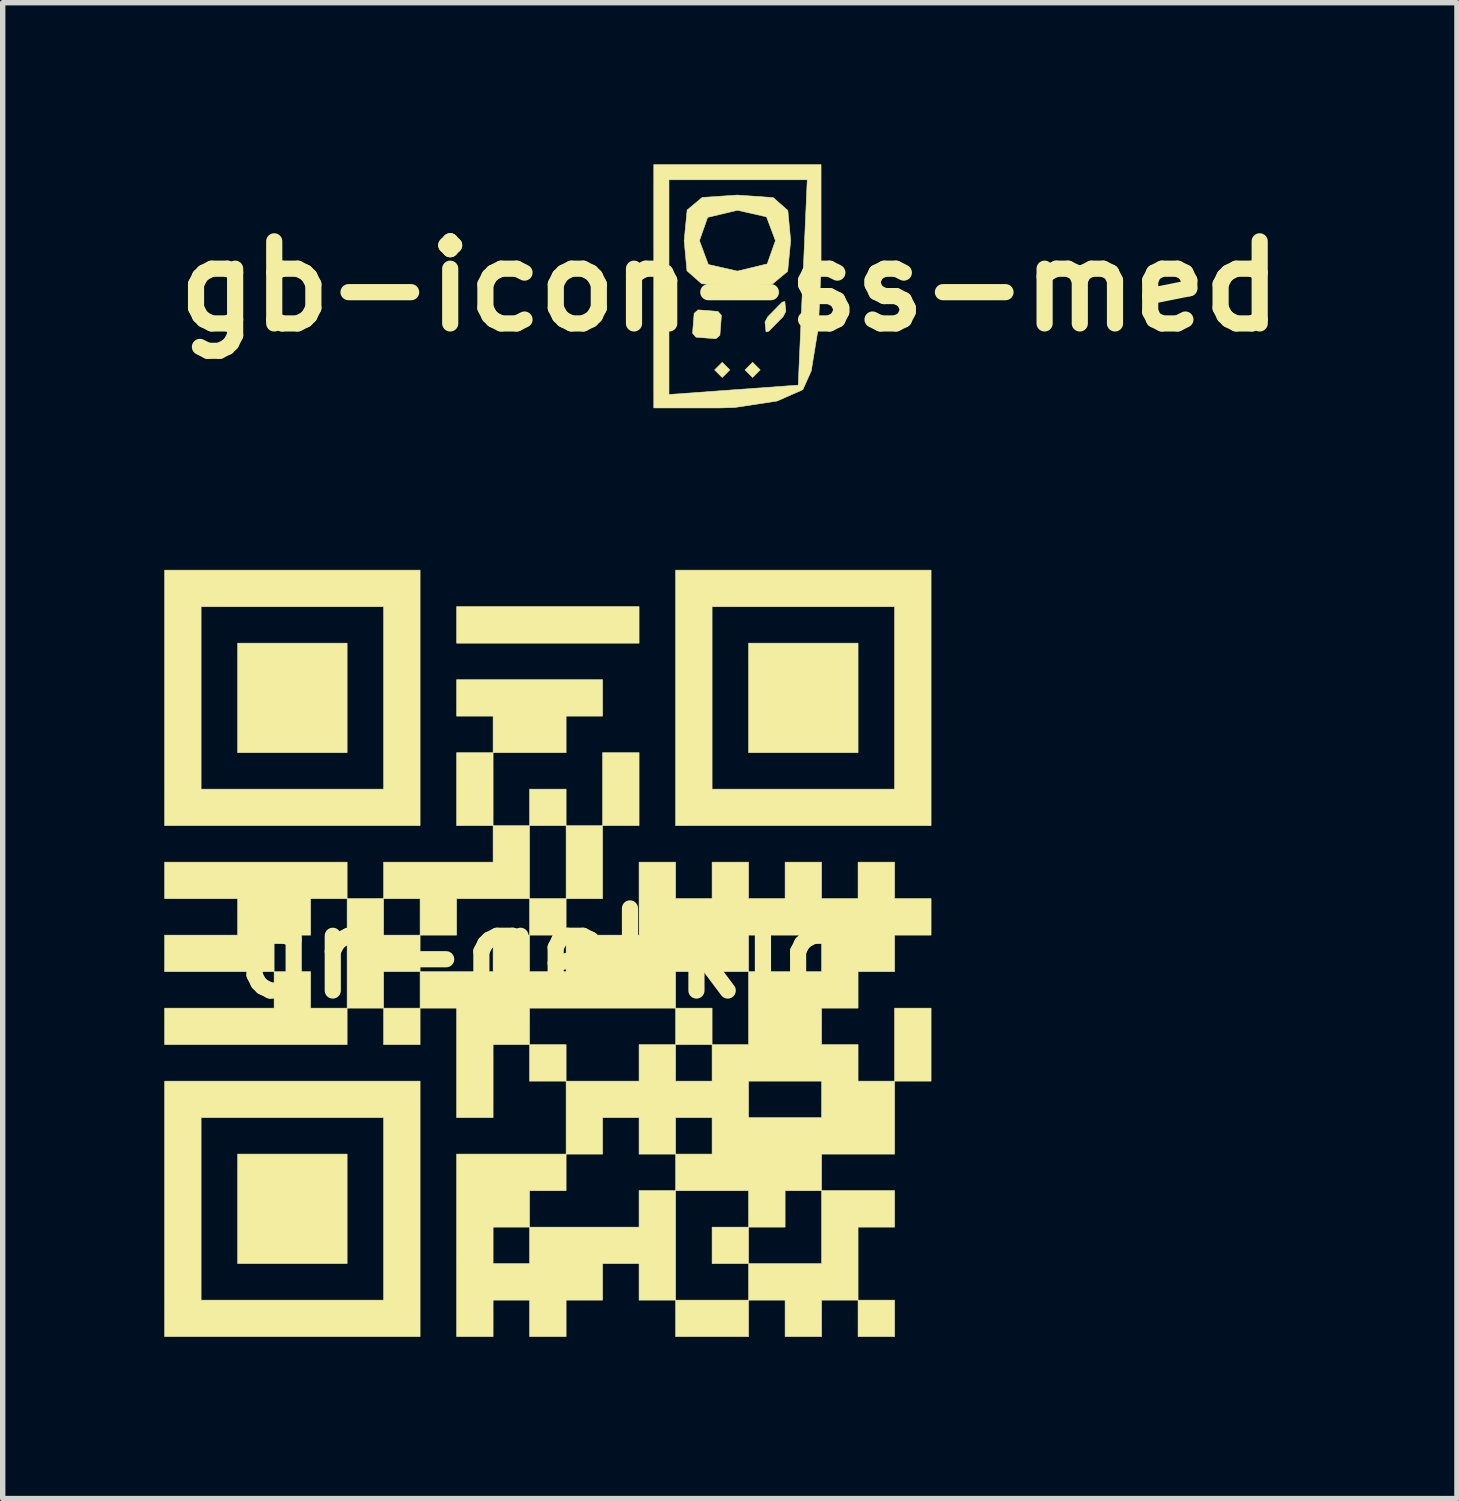
<source format=kicad_pcb>
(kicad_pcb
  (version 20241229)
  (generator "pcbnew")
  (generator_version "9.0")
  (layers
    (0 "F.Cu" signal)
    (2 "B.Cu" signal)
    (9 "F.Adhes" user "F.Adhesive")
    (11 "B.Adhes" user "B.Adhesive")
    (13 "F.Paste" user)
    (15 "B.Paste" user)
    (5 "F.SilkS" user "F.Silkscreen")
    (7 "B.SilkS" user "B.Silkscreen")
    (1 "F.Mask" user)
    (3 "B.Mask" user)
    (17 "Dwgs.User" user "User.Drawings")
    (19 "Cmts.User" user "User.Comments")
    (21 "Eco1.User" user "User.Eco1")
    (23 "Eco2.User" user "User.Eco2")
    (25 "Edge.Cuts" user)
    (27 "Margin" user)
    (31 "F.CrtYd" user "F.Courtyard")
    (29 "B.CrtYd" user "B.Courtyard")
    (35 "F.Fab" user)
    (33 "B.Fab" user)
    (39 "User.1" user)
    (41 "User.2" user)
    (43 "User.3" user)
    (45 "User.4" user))
  (footprint "gb-icon-ss-med"
    (layer "F.Cu")
    (at 10.494 2.263)
    (property "Reference" "gb-icon-ss-med" (at 0 0 0) (layer "F.SilkS") (effects (font (size 1.524 1.524) (thickness 0.3))))
    (attr through_hole)
    (fp_poly (pts (xy 0 1.552) (xy -0.141 1.693) (xy -0.282 1.552) (xy -0.141 1.411) (xy 0 1.552)) (stroke (width 0.01) (type solid)) (fill yes) (layer "F.SilkS"))
    (fp_poly (pts (xy 0.564 1.552) (xy 0.423 1.693) (xy 0.282 1.552) (xy 0.423 1.411) (xy 0.564 1.552)) (stroke (width 0.01) (type solid)) (fill yes) (layer "F.SilkS"))
    (fp_poly (pts (xy -0.22 0.466) (xy -0.156 0.54) (xy -0.184 0.909) (xy -0.258 0.973) (xy -0.627 0.945) (xy -0.691 0.871) (xy -0.662 0.502) (xy -0.589 0.438) (xy -0.22 0.466)) (stroke (width 0.01) (type solid)) (fill yes) (layer "F.SilkS"))
    (fp_poly (pts (xy 1.04 0.465) (xy 0.988 0.564) (xy 0.722 0.834) (xy 0.672 0.847) (xy 0.653 0.664) (xy 0.706 0.564) (xy 0.971 0.295) (xy 1.021 0.282) (xy 1.04 0.465)) (stroke (width 0.01) (type solid)) (fill yes) (layer "F.SilkS"))
    (fp_poly (pts (xy 1.693 -0.339) (xy 1.644 0.758) (xy 1.511 1.571) (xy 1.355 1.919) (xy 0.876 2.13) (xy 0.091 2.249) (xy -0.198 2.258) (xy -1.411 2.258) (xy -1.411 -1.976) (xy -1.129 -1.976) (xy -1.129 2.008) (xy 0.071 1.921) (xy 1.27 1.834) (xy 1.437 -1.976) (xy -1.129 -1.976) (xy -1.411 -1.976) (xy -1.411 -2.258) (xy 1.693 -2.258) (xy 1.693 -0.339)) (stroke (width 0.01) (type solid)) (fill yes) (layer "F.SilkS"))
    (fp_poly (pts (xy 0.805 -1.646) (xy 1.077 -1.407) (xy 1.129 -0.847) (xy 1.074 -0.278) (xy 0.795 -0.045) (xy 0.141 0) (xy -0.523 -0.047) (xy -0.795 -0.287) (xy -0.847 -0.847) (xy -0.564 -0.847) (xy -0.399 -0.404) (xy 0.141 -0.282) (xy 0.694 -0.415) (xy 0.847 -0.847) (xy 0.681 -1.289) (xy 0.141 -1.411) (xy -0.412 -1.279) (xy -0.564 -0.847) (xy -0.847 -0.847) (xy -0.792 -1.416) (xy -0.512 -1.649) (xy 0.141 -1.693) (xy 0.805 -1.646)) (stroke (width 0.01) (type solid)) (fill yes) (layer "F.SilkS")))
  (footprint "qr-gekkio"
    (layer "F.Cu")
    (at 7.117 14.643)
    (property "Reference" "qr-gekkio" (at 0 0 0) (layer "F.SilkS") (effects (font (size 1.524 1.524) (thickness 0.3))))
    (attr through_hole)
    (fp_poly (pts (xy -3.725 -3.725) (xy -5.757 -3.725) (xy -5.757 -5.757) (xy -3.725 -5.757) (xy -3.725 -3.725)) (stroke (width 0.01) (type solid)) (fill yes) (layer "F.SilkS"))
    (fp_poly (pts (xy -3.725 5.757) (xy -5.757 5.757) (xy -5.757 3.725) (xy -3.725 3.725) (xy -3.725 5.757)) (stroke (width 0.01) (type solid)) (fill yes) (layer "F.SilkS"))
    (fp_poly (pts (xy -1.016 -2.371) (xy -1.693 -2.371) (xy -1.693 -3.725) (xy -1.016 -3.725) (xy -1.016 -2.371)) (stroke (width 0.01) (type solid)) (fill yes) (layer "F.SilkS"))
    (fp_poly (pts (xy 1.693 -5.757) (xy -1.693 -5.757) (xy -1.693 -6.435) (xy 1.693 -6.435) (xy 1.693 -5.757)) (stroke (width 0.01) (type solid)) (fill yes) (layer "F.SilkS"))
    (fp_poly (pts (xy 1.693 -2.371) (xy 1.016 -2.371) (xy 1.016 -3.725) (xy 1.693 -3.725) (xy 1.693 -2.371)) (stroke (width 0.01) (type solid)) (fill yes) (layer "F.SilkS"))
    (fp_poly (pts (xy 3.048 1.693) (xy 2.371 1.693) (xy 2.371 1.016) (xy 3.048 1.016) (xy 3.048 1.693)) (stroke (width 0.01) (type solid)) (fill yes) (layer "F.SilkS"))
    (fp_poly (pts (xy 3.725 5.757) (xy 3.048 5.757) (xy 3.048 5.08) (xy 3.725 5.08) (xy 3.725 5.757)) (stroke (width 0.01) (type solid)) (fill yes) (layer "F.SilkS"))
    (fp_poly (pts (xy 3.725 7.112) (xy 2.371 7.112) (xy 2.371 6.435) (xy 3.725 6.435) (xy 3.725 7.112)) (stroke (width 0.01) (type solid)) (fill yes) (layer "F.SilkS"))
    (fp_poly (pts (xy 5.757 -3.725) (xy 3.725 -3.725) (xy 3.725 -5.757) (xy 5.757 -5.757) (xy 5.757 -3.725)) (stroke (width 0.01) (type solid)) (fill yes) (layer "F.SilkS"))
    (fp_poly (pts (xy 6.435 7.112) (xy 5.757 7.112) (xy 5.757 6.435) (xy 6.435 6.435) (xy 6.435 7.112)) (stroke (width 0.01) (type solid)) (fill yes) (layer "F.SilkS"))
    (fp_poly (pts (xy 7.112 2.371) (xy 6.435 2.371) (xy 6.435 1.016) (xy 7.112 1.016) (xy 7.112 2.371)) (stroke (width 0.01) (type solid)) (fill yes) (layer "F.SilkS"))
    (fp_poly (pts (xy 1.016 -4.403) (xy 0.339 -4.403) (xy 0.339 -3.725) (xy -1.016 -3.725) (xy -1.016 -4.403) (xy -1.693 -4.403) (xy -1.693 -5.08) (xy 1.016 -5.08) (xy 1.016 -4.403)) (stroke (width 0.01) (type solid)) (fill yes) (layer "F.SilkS"))
    (fp_poly (pts (xy -2.371 -2.371) (xy -7.112 -2.371) (xy -7.112 -6.435) (xy -6.435 -6.435) (xy -6.435 -3.048) (xy -3.048 -3.048) (xy -3.048 -6.435) (xy -6.435 -6.435) (xy -7.112 -6.435) (xy -7.112 -7.112) (xy -2.371 -7.112) (xy -2.371 -2.371)) (stroke (width 0.01) (type solid)) (fill yes) (layer "F.SilkS"))
    (fp_poly (pts (xy -2.371 7.112) (xy -7.112 7.112) (xy -7.112 3.048) (xy -6.435 3.048) (xy -6.435 6.435) (xy -3.048 6.435) (xy -3.048 3.048) (xy -6.435 3.048) (xy -7.112 3.048) (xy -7.112 2.371) (xy -2.371 2.371) (xy -2.371 7.112)) (stroke (width 0.01) (type solid)) (fill yes) (layer "F.SilkS"))
    (fp_poly (pts (xy 7.112 -2.371) (xy 2.371 -2.371) (xy 2.371 -6.435) (xy 3.048 -6.435) (xy 3.048 -3.048) (xy 6.435 -3.048) (xy 6.435 -6.435) (xy 3.048 -6.435) (xy 2.371 -6.435) (xy 2.371 -7.112) (xy 7.112 -7.112) (xy 7.112 -2.371)) (stroke (width 0.01) (type solid)) (fill yes) (layer "F.SilkS"))
    (fp_poly (pts (xy 3.725 5.757) (xy 5.08 5.757) (xy 5.08 4.403) (xy 6.435 4.403) (xy 6.435 5.08) (xy 5.757 5.08) (xy 5.757 6.435) (xy 5.08 6.435) (xy 5.08 7.112) (xy 4.403 7.112) (xy 4.403 6.435) (xy 3.725 6.435) (xy 3.725 5.757)) (stroke (width 0.01) (type solid)) (fill yes) (layer "F.SilkS"))
    (fp_poly (pts (xy -1.016 1.693) (xy -1.016 3.048) (xy -1.693 3.048) (xy -1.693 1.016) (xy -0.339 1.016) (xy -0.339 1.693) (xy 0.339 1.693) (xy 0.339 2.371) (xy 1.693 2.371) (xy 1.693 1.693) (xy 2.371 1.693) (xy 2.371 2.371) (xy 3.048 2.371) (xy 3.725 2.371) (xy 3.725 3.048) (xy 5.08 3.048) (xy 5.08 2.371) (xy 3.725 2.371) (xy 3.048 2.371) (xy 3.048 1.693) (xy 3.725 1.693) (xy 3.725 0.339) (xy 2.371 0.339) (xy 2.371 1.016) (xy -0.339 1.016) (xy -1.693 1.016) (xy -2.371 1.016) (xy -2.371 1.693) (xy -3.048 1.693) (xy -3.048 1.016) (xy -3.725 1.016) (xy -3.725 1.693) (xy -7.112 1.693) (xy -7.112 1.016) (xy -5.08 1.016) (xy -5.08 0.339) (xy -7.112 0.339) (xy -7.112 -0.339) (xy -5.757 -0.339) (xy -5.08 -0.339) (xy -5.08 0.339) (xy -4.403 0.339) (xy -4.403 1.016) (xy -3.725 1.016) (xy -3.725 0.339) (xy -3.048 0.339) (xy -3.048 1.016) (xy -2.371 1.016) (xy -2.371 0.339) (xy -3.048 0.339) (xy -3.725 0.339) (xy -3.725 -1.016) (xy -4.403 -1.016) (xy -4.403 -0.339) (xy -5.08 -0.339) (xy -5.757 -0.339) (xy -5.757 -1.016) (xy -7.112 -1.016) (xy -7.112 -1.693) (xy -3.725 -1.693) (xy -3.725 -1.016) (xy -3.048 -1.016) (xy -3.048 -0.339) (xy -2.371 -0.339) (xy -2.371 0.339) (xy -1.016 0.339) (xy -1.016 -0.339) (xy -0.339 -0.339) (xy -0.339 0.339) (xy 0.339 0.339) (xy 0.339 -0.339) (xy -0.339 -0.339) (xy -0.339 -1.016) (xy -1.693 -1.016) (xy -1.693 -0.339) (xy -2.371 -0.339) (xy -2.371 -1.016) (xy -3.048 -1.016) (xy -3.048 -1.693) (xy -1.016 -1.693) (xy -1.016 -2.371) (xy -0.339 -2.371) (xy -0.339 -1.016) (xy 0.339 -1.016) (xy 0.339 -2.371) (xy -0.339 -2.371) (xy -0.339 -3.048) (xy 0.339 -3.048) (xy 0.339 -2.371) (xy 1.016 -2.371) (xy 1.016 -1.016) (xy 0.339 -1.016) (xy 0.339 -0.339) (xy 1.693 -0.339) (xy 3.725 -0.339) (xy 3.725 0.339) (xy 5.08 0.339) (xy 5.08 -0.339) (xy 3.725 -0.339) (xy 1.693 -0.339) (xy 1.693 -1.693) (xy 2.371 -1.693) (xy 2.371 -1.016) (xy 3.048 -1.016) (xy 3.048 -1.693) (xy 3.725 -1.693) (xy 3.725 -1.016) (xy 4.403 -1.016) (xy 4.403 -1.693) (xy 5.08 -1.693) (xy 5.08 -1.016) (xy 5.757 -1.016) (xy 5.757 -1.693) (xy 6.435 -1.693) (xy 6.435 -1.016) (xy 7.112 -1.016) (xy 7.112 -0.339) (xy 6.435 -0.339) (xy 6.435 0.339) (xy 5.757 0.339) (xy 5.757 1.016) (xy 5.08 1.016) (xy 5.08 1.693) (xy 5.757 1.693) (xy 5.757 2.371) (xy 6.435 2.371) (xy 6.435 3.725) (xy 5.08 3.725) (xy 5.08 4.403) (xy 4.403 4.403) (xy 4.403 5.08) (xy 3.725 5.08) (xy 3.725 4.403) (xy 2.371 4.403) (xy 2.371 6.435) (xy 1.693 6.435) (xy 1.693 5.757) (xy 1.016 5.757) (xy 1.016 6.435) (xy 0.339 6.435) (xy 0.339 7.112) (xy -0.339 7.112) (xy -0.339 6.435) (xy -1.016 6.435) (xy -1.016 7.112) (xy -1.693 7.112) (xy -1.693 5.08) (xy -1.016 5.08) (xy -1.016 5.757) (xy -0.339 5.757) (xy -0.339 5.08) (xy -1.016 5.08) (xy -1.693 5.08) (xy -1.693 4.403) (xy -0.339 4.403) (xy -0.339 5.08) (xy 1.693 5.08) (xy 1.693 4.403) (xy 2.371 4.403) (xy 2.371 3.725) (xy 1.693 3.725) (xy 1.693 3.048) (xy 2.371 3.048) (xy 2.371 3.725) (xy 3.048 3.725) (xy 3.048 3.048) (xy 2.371 3.048) (xy 1.693 3.048) (xy 1.016 3.048) (xy 1.016 3.725) (xy 0.339 3.725) (xy 0.339 4.403) (xy -0.339 4.403) (xy -1.693 4.403) (xy -1.693 3.725) (xy 0.339 3.725) (xy 0.339 2.371) (xy -0.339 2.371) (xy -0.339 1.693) (xy -1.016 1.693)) (stroke (width 0.01) (type solid)) (fill yes) (layer "F.SilkS")))
  (gr_rect
    (start -3 -3)
    (end 23.988 24.76)
    (stroke (width 0.1) (type default))
    (fill no)
    (layer "Edge.Cuts")))
</source>
